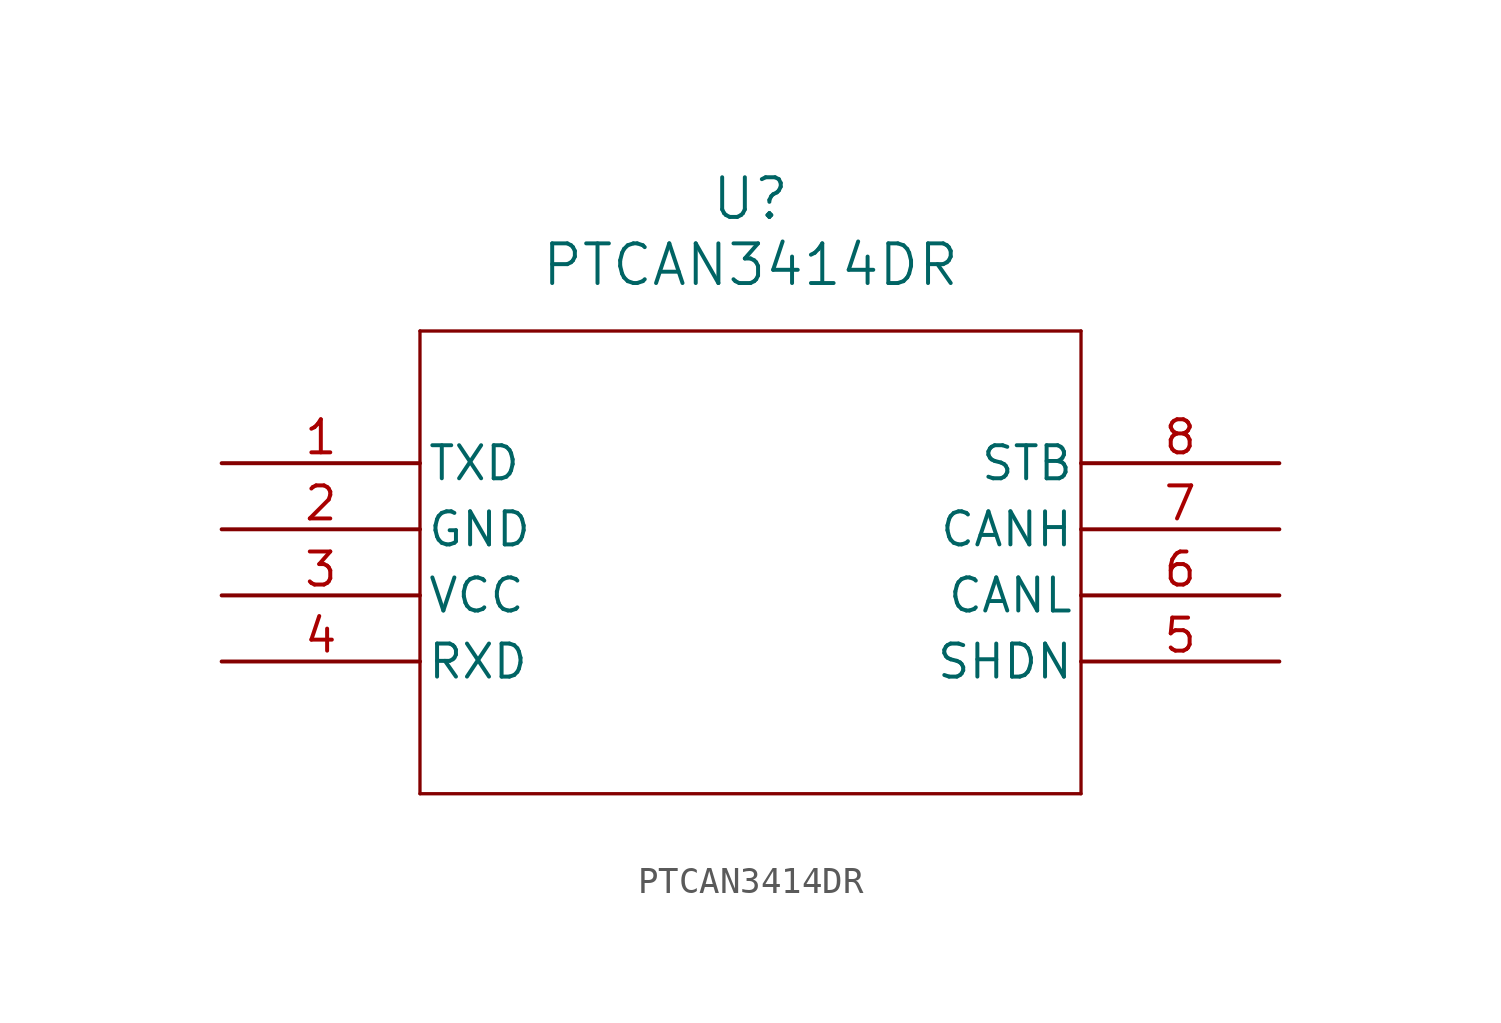
<source format=kicad_sym>
(kicad_symbol_lib
  (version 20211014)
  (generator kicad_symbol_editor)
  (symbol "PTCAN3414DR"
    (pin_names
      (offset 0.254))
    (property "Reference" "U"
      (at 20.32 10.16 0)
      (effects (font (size 1.524 1.524))))
    (property "Value" "PTCAN3414DR"
      (at 20.32 7.62 0)
      (effects (font (size 1.524 1.524))))
    (symbol "PTCAN3414DR_0_1"
      (polyline (pts (xy 7.62 5.08) (xy 7.62 -12.7)) (stroke (width 0.127) (type default) (color 0 0 0 0)) (fill (type none)))
      (polyline (pts (xy 7.62 -12.7) (xy 33.02 -12.7)) (stroke (width 0.127) (type default) (color 0 0 0 0)) (fill (type none)))
      (polyline (pts (xy 33.02 -12.7) (xy 33.02 5.08)) (stroke (width 0.127) (type default) (color 0 0 0 0)) (fill (type none)))
      (polyline (pts (xy 33.02 5.08) (xy 7.62 5.08)) (stroke (width 0.127) (type default) (color 0 0 0 0)) (fill (type none)))
      (pin input line (at 0 0 0) (length 7.62) (name "TXD" (effects (font (size 1.27 1.27)))) (number "1" (effects (font (size 1.27 1.27)))))
      (pin power_out line (at 0 -2.54 0) (length 7.62) (name "GND" (effects (font (size 1.27 1.27)))) (number "2" (effects (font (size 1.27 1.27)))))
      (pin power_in line (at 0 -5.08 0) (length 7.62) (name "VCC" (effects (font (size 1.27 1.27)))) (number "3" (effects (font (size 1.27 1.27)))))
      (pin output line (at 0 -7.62 0) (length 7.62) (name "RXD" (effects (font (size 1.27 1.27)))) (number "4" (effects (font (size 1.27 1.27)))))
      (pin input line (at 40.64 -7.62 180) (length 7.62) (name "SHDN" (effects (font (size 1.27 1.27)))) (number "5" (effects (font (size 1.27 1.27)))))
      (pin bidirectional line (at 40.64 -5.08 180) (length 7.62) (name "CANL" (effects (font (size 1.27 1.27)))) (number "6" (effects (font (size 1.27 1.27)))))
      (pin bidirectional line (at 40.64 -2.54 180) (length 7.62) (name "CANH" (effects (font (size 1.27 1.27)))) (number "7" (effects (font (size 1.27 1.27)))))
      (pin input line (at 40.64 0 180) (length 7.62) (name "STB" (effects (font (size 1.27 1.27)))) (number "8" (effects (font (size 1.27 1.27))))))))
</source>
